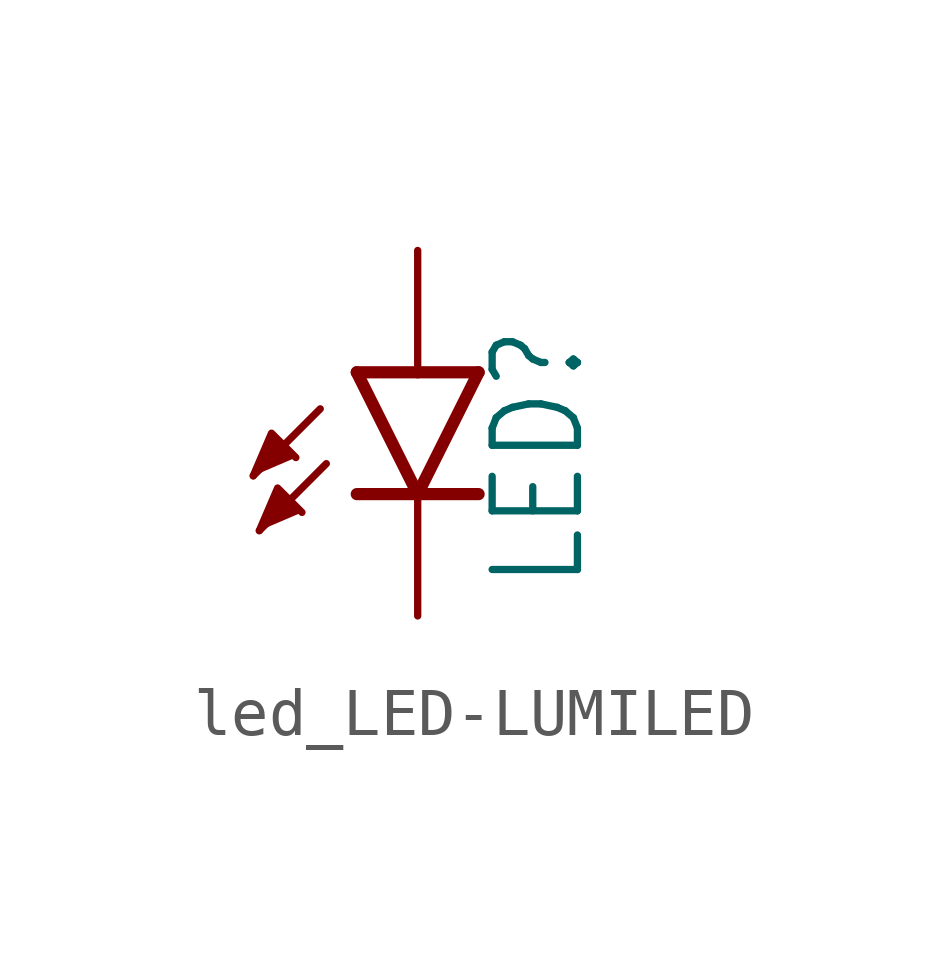
<source format=kicad_sym>
(kicad_symbol_lib
  (version 20241209)
  (generator "kicad_symbol_editor")
  (generator_version "9.0")
  (symbol "led_LED-LUMILED"
    (property "Reference" "LED"
      (at 3.556 -4.572 90)
      (effects (font (size 1.778 1.511)) (justify left bottom)))
    (property "Value" ""
      (at 5.715 -4.572 90)
      (effects (font (size 1.778 1.511)) (justify left bottom)))
    (property "ki_locked" ""
      (at 0 0 0)
      (effects (font (size 1.27 1.27))))
    (symbol "led_LED-LUMILED_1_0"
      (polyline (pts (xy -3.429 -2.159) (xy -3.048 -1.27) (xy -2.54 -1.778)) (stroke (width 0.152) (type solid)) (fill (type outline)))
      (polyline (pts (xy -3.302 -3.302) (xy -2.921 -2.413) (xy -2.413 -2.921)) (stroke (width 0.152) (type solid)) (fill (type outline)))
      (polyline (pts (xy -2.032 -0.762) (xy -3.429 -2.159)) (stroke (width 0.152) (type solid)) (fill (type none)))
      (polyline (pts (xy -1.905 -1.905) (xy -3.302 -3.302)) (stroke (width 0.152) (type solid)) (fill (type none)))
      (polyline (pts (xy 0 0) (xy -1.27 0)) (stroke (width 0.254) (type solid)) (fill (type none)))
      (polyline (pts (xy 0 -2.54) (xy -1.27 0)) (stroke (width 0.254) (type solid)) (fill (type none)))
      (polyline (pts (xy 0 -2.54) (xy -1.27 -2.54)) (stroke (width 0.254) (type solid)) (fill (type none)))
      (polyline (pts (xy 1.27 0) (xy 0 0)) (stroke (width 0.254) (type solid)) (fill (type none)))
      (polyline (pts (xy 1.27 0) (xy 0 -2.54)) (stroke (width 0.254) (type solid)) (fill (type none)))
      (polyline (pts (xy 1.27 -2.54) (xy 0 -2.54)) (stroke (width 0.254) (type solid)) (fill (type none)))
      (pin passive line (at 0 2.54 270) (length 2.54) (name "A" (effects (font (size 0 0)))) (number "2+" (effects (font (size 0 0)))))
      (pin passive line (at 0 -5.08 90) (length 2.54) (name "C" (effects (font (size 0 0)))) (number "4-" (effects (font (size 0 0))))))))
</source>
